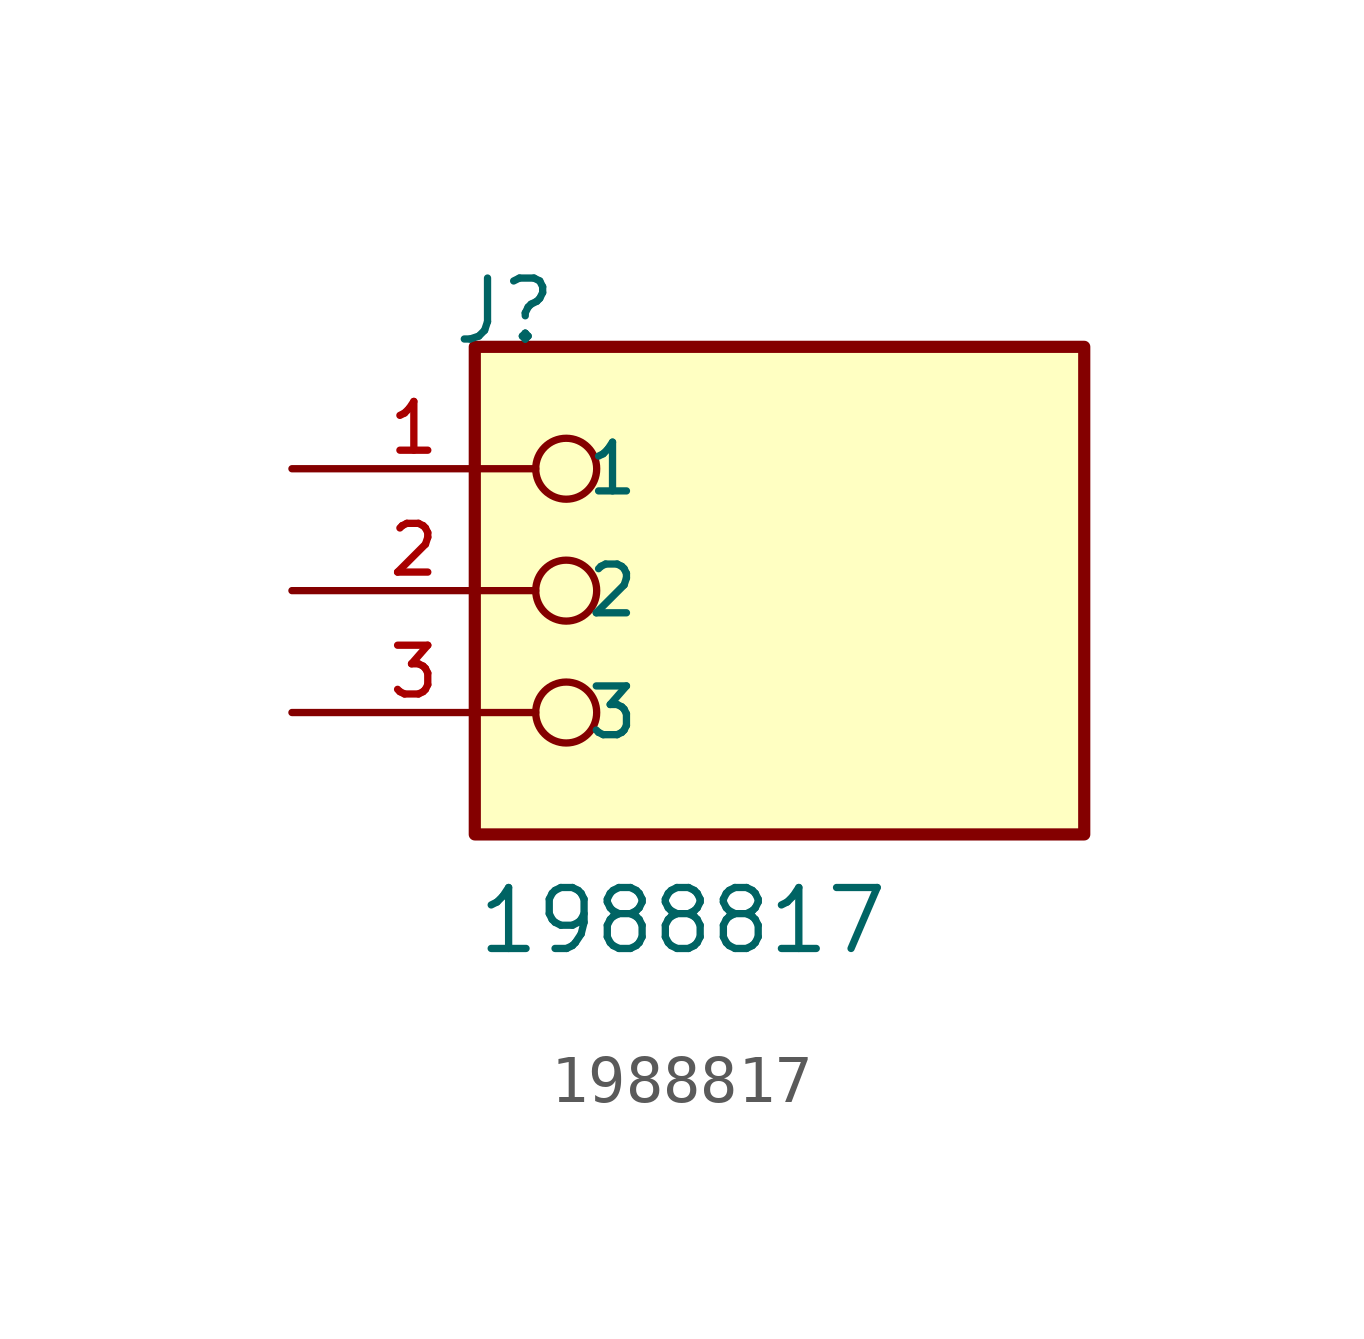
<source format=kicad_sym>
(kicad_symbol_lib
  (version 20211014)
  (generator kicad_symbol_editor)
  (symbol "1988817"
    (pin_names
      (offset 1.016))
    (property "Reference" "J"
      (at -6.85 5.08 0)
      (effects (font (size 1.27 1.27)) (justify bottom left)))
    (property "Value" "1988817"
      (at -6.35 -7.62 0)
      (effects (font (size 1.27 1.27)) (justify bottom left)))
    (symbol "1988817_0_0"
      (circle (center -4.445 2.54) (radius 0.635) (stroke (width 0.152)) (fill (type none)))
      (circle (center -4.445 0.0) (radius 0.635) (stroke (width 0.152)) (fill (type none)))
      (circle (center -4.445 -2.54) (radius 0.635) (stroke (width 0.152)) (fill (type none)))
      (rectangle (start -6.35 -5.08) (end 6.35 5.08) (stroke (width 0.254)) (fill (type background)))
      (pin passive line (at -10.16 2.54 0) (length 5.08) (name "1" (effects (font (size 1.016 1.016)))) (number "1" (effects (font (size 1.016 1.016)))))
      (pin passive line (at -10.16 0.0 0) (length 5.08) (name "2" (effects (font (size 1.016 1.016)))) (number "2" (effects (font (size 1.016 1.016)))))
      (pin passive line (at -10.16 -2.54 0) (length 5.08) (name "3" (effects (font (size 1.016 1.016)))) (number "3" (effects (font (size 1.016 1.016))))))))
</source>
